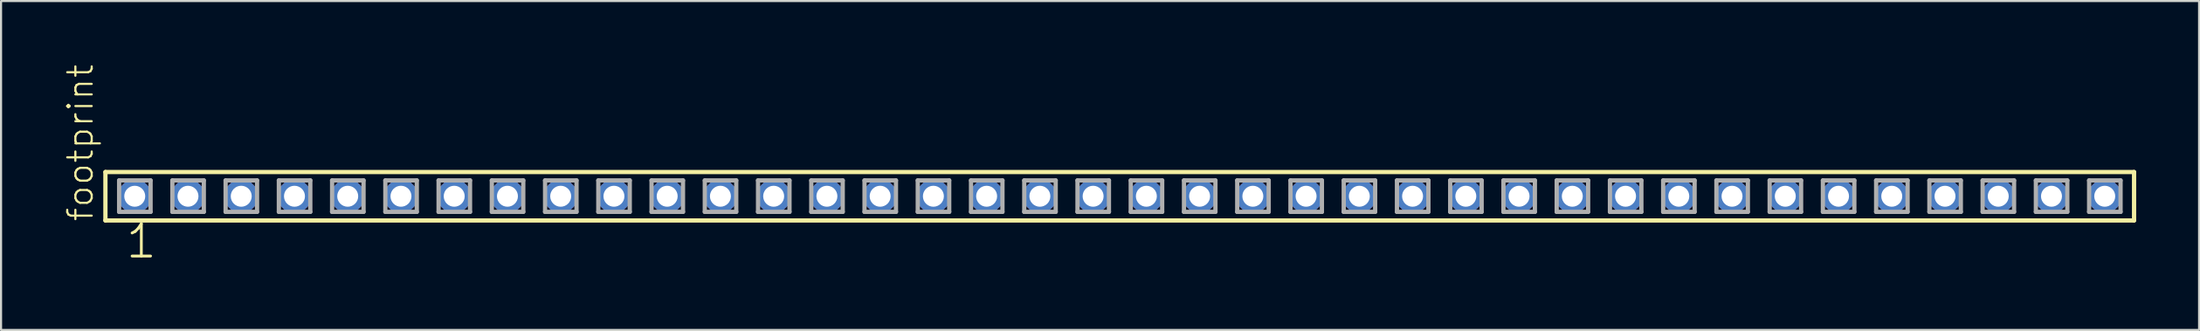
<source format=kicad_pcb>
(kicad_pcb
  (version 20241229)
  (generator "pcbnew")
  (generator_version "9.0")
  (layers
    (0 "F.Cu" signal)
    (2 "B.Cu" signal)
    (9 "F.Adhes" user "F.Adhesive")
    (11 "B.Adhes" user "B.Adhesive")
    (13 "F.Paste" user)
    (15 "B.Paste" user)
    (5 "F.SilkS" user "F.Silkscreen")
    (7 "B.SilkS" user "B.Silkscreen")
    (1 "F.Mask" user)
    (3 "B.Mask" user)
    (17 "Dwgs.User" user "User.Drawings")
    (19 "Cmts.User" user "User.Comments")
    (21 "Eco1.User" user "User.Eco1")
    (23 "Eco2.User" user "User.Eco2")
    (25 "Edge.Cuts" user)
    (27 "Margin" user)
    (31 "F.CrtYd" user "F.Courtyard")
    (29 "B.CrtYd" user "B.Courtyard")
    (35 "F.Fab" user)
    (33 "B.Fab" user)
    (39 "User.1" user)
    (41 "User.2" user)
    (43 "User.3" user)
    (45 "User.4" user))
  (footprint "footprint"
    (layer "F.Cu")
    (at 50.368 6.312)
    (property "Reference" "footprint" (at -48.895 1.27 90) (layer "F.SilkS") (effects (font (size 1.168 1.168) (thickness 0.102)) (justify left bottom)))
    (fp_line (start -48.389 -1.155) (end 48.389 -1.155) (stroke (width 0.203) (type solid)) (layer "F.SilkS"))
    (fp_line (start -48.389 1.155) (end -48.389 -1.155) (stroke (width 0.203) (type solid)) (layer "F.SilkS"))
    (fp_line (start 48.389 -1.155) (end 48.389 1.155) (stroke (width 0.203) (type solid)) (layer "F.SilkS"))
    (fp_line (start 48.389 1.155) (end -48.389 1.155) (stroke (width 0.203) (type solid)) (layer "F.SilkS"))
    (fp_line (start -47.735 -0.755) (end -46.235 -0.755) (stroke (width 0.203) (type solid)) (layer "F.Fab"))
    (fp_line (start -47.735 0.745) (end -47.735 -0.755) (stroke (width 0.203) (type solid)) (layer "F.Fab"))
    (fp_line (start -46.235 -0.755) (end -46.235 0.745) (stroke (width 0.203) (type solid)) (layer "F.Fab"))
    (fp_line (start -46.235 0.745) (end -47.735 0.745) (stroke (width 0.203) (type solid)) (layer "F.Fab"))
    (fp_line (start -45.195 -0.755) (end -43.695 -0.755) (stroke (width 0.203) (type solid)) (layer "F.Fab"))
    (fp_line (start -45.195 0.745) (end -45.195 -0.755) (stroke (width 0.203) (type solid)) (layer "F.Fab"))
    (fp_line (start -43.695 -0.755) (end -43.695 0.745) (stroke (width 0.203) (type solid)) (layer "F.Fab"))
    (fp_line (start -43.695 0.745) (end -45.195 0.745) (stroke (width 0.203) (type solid)) (layer "F.Fab"))
    (fp_line (start -42.655 -0.755) (end -41.155 -0.755) (stroke (width 0.203) (type solid)) (layer "F.Fab"))
    (fp_line (start -42.655 0.745) (end -42.655 -0.755) (stroke (width 0.203) (type solid)) (layer "F.Fab"))
    (fp_line (start -41.155 -0.755) (end -41.155 0.745) (stroke (width 0.203) (type solid)) (layer "F.Fab"))
    (fp_line (start -41.155 0.745) (end -42.655 0.745) (stroke (width 0.203) (type solid)) (layer "F.Fab"))
    (fp_line (start -40.115 -0.755) (end -38.615 -0.755) (stroke (width 0.203) (type solid)) (layer "F.Fab"))
    (fp_line (start -40.115 0.745) (end -40.115 -0.755) (stroke (width 0.203) (type solid)) (layer "F.Fab"))
    (fp_line (start -38.615 -0.755) (end -38.615 0.745) (stroke (width 0.203) (type solid)) (layer "F.Fab"))
    (fp_line (start -38.615 0.745) (end -40.115 0.745) (stroke (width 0.203) (type solid)) (layer "F.Fab"))
    (fp_line (start -37.575 -0.755) (end -36.075 -0.755) (stroke (width 0.203) (type solid)) (layer "F.Fab"))
    (fp_line (start -37.575 0.745) (end -37.575 -0.755) (stroke (width 0.203) (type solid)) (layer "F.Fab"))
    (fp_line (start -36.075 -0.755) (end -36.075 0.745) (stroke (width 0.203) (type solid)) (layer "F.Fab"))
    (fp_line (start -36.075 0.745) (end -37.575 0.745) (stroke (width 0.203) (type solid)) (layer "F.Fab"))
    (fp_line (start -35.035 -0.755) (end -33.535 -0.755) (stroke (width 0.203) (type solid)) (layer "F.Fab"))
    (fp_line (start -35.035 0.745) (end -35.035 -0.755) (stroke (width 0.203) (type solid)) (layer "F.Fab"))
    (fp_line (start -33.535 -0.755) (end -33.535 0.745) (stroke (width 0.203) (type solid)) (layer "F.Fab"))
    (fp_line (start -33.535 0.745) (end -35.035 0.745) (stroke (width 0.203) (type solid)) (layer "F.Fab"))
    (fp_line (start -32.495 -0.755) (end -30.995 -0.755) (stroke (width 0.203) (type solid)) (layer "F.Fab"))
    (fp_line (start -32.495 0.745) (end -32.495 -0.755) (stroke (width 0.203) (type solid)) (layer "F.Fab"))
    (fp_line (start -30.995 -0.755) (end -30.995 0.745) (stroke (width 0.203) (type solid)) (layer "F.Fab"))
    (fp_line (start -30.995 0.745) (end -32.495 0.745) (stroke (width 0.203) (type solid)) (layer "F.Fab"))
    (fp_line (start -29.955 -0.755) (end -28.455 -0.755) (stroke (width 0.203) (type solid)) (layer "F.Fab"))
    (fp_line (start -29.955 0.745) (end -29.955 -0.755) (stroke (width 0.203) (type solid)) (layer "F.Fab"))
    (fp_line (start -28.455 -0.755) (end -28.455 0.745) (stroke (width 0.203) (type solid)) (layer "F.Fab"))
    (fp_line (start -28.455 0.745) (end -29.955 0.745) (stroke (width 0.203) (type solid)) (layer "F.Fab"))
    (fp_line (start -27.415 -0.755) (end -25.915 -0.755) (stroke (width 0.203) (type solid)) (layer "F.Fab"))
    (fp_line (start -27.415 0.745) (end -27.415 -0.755) (stroke (width 0.203) (type solid)) (layer "F.Fab"))
    (fp_line (start -25.915 -0.755) (end -25.915 0.745) (stroke (width 0.203) (type solid)) (layer "F.Fab"))
    (fp_line (start -25.915 0.745) (end -27.415 0.745) (stroke (width 0.203) (type solid)) (layer "F.Fab"))
    (fp_line (start -24.875 -0.755) (end -23.375 -0.755) (stroke (width 0.203) (type solid)) (layer "F.Fab"))
    (fp_line (start -24.875 0.745) (end -24.875 -0.755) (stroke (width 0.203) (type solid)) (layer "F.Fab"))
    (fp_line (start -23.375 -0.755) (end -23.375 0.745) (stroke (width 0.203) (type solid)) (layer "F.Fab"))
    (fp_line (start -23.375 0.745) (end -24.875 0.745) (stroke (width 0.203) (type solid)) (layer "F.Fab"))
    (fp_line (start -22.335 -0.755) (end -20.835 -0.755) (stroke (width 0.203) (type solid)) (layer "F.Fab"))
    (fp_line (start -22.335 0.745) (end -22.335 -0.755) (stroke (width 0.203) (type solid)) (layer "F.Fab"))
    (fp_line (start -20.835 -0.755) (end -20.835 0.745) (stroke (width 0.203) (type solid)) (layer "F.Fab"))
    (fp_line (start -20.835 0.745) (end -22.335 0.745) (stroke (width 0.203) (type solid)) (layer "F.Fab"))
    (fp_line (start -19.795 -0.755) (end -18.295 -0.755) (stroke (width 0.203) (type solid)) (layer "F.Fab"))
    (fp_line (start -19.795 0.745) (end -19.795 -0.755) (stroke (width 0.203) (type solid)) (layer "F.Fab"))
    (fp_line (start -18.295 -0.755) (end -18.295 0.745) (stroke (width 0.203) (type solid)) (layer "F.Fab"))
    (fp_line (start -18.295 0.745) (end -19.795 0.745) (stroke (width 0.203) (type solid)) (layer "F.Fab"))
    (fp_line (start -17.255 -0.755) (end -15.755 -0.755) (stroke (width 0.203) (type solid)) (layer "F.Fab"))
    (fp_line (start -17.255 0.745) (end -17.255 -0.755) (stroke (width 0.203) (type solid)) (layer "F.Fab"))
    (fp_line (start -15.755 -0.755) (end -15.755 0.745) (stroke (width 0.203) (type solid)) (layer "F.Fab"))
    (fp_line (start -15.755 0.745) (end -17.255 0.745) (stroke (width 0.203) (type solid)) (layer "F.Fab"))
    (fp_line (start -14.715 -0.755) (end -13.215 -0.755) (stroke (width 0.203) (type solid)) (layer "F.Fab"))
    (fp_line (start -14.715 0.745) (end -14.715 -0.755) (stroke (width 0.203) (type solid)) (layer "F.Fab"))
    (fp_line (start -13.215 -0.755) (end -13.215 0.745) (stroke (width 0.203) (type solid)) (layer "F.Fab"))
    (fp_line (start -13.215 0.745) (end -14.715 0.745) (stroke (width 0.203) (type solid)) (layer "F.Fab"))
    (fp_line (start -12.175 -0.755) (end -10.675 -0.755) (stroke (width 0.203) (type solid)) (layer "F.Fab"))
    (fp_line (start -12.175 0.745) (end -12.175 -0.755) (stroke (width 0.203) (type solid)) (layer "F.Fab"))
    (fp_line (start -10.675 -0.755) (end -10.675 0.745) (stroke (width 0.203) (type solid)) (layer "F.Fab"))
    (fp_line (start -10.675 0.745) (end -12.175 0.745) (stroke (width 0.203) (type solid)) (layer "F.Fab"))
    (fp_line (start -9.635 -0.755) (end -8.135 -0.755) (stroke (width 0.203) (type solid)) (layer "F.Fab"))
    (fp_line (start -9.635 0.745) (end -9.635 -0.755) (stroke (width 0.203) (type solid)) (layer "F.Fab"))
    (fp_line (start -8.135 -0.755) (end -8.135 0.745) (stroke (width 0.203) (type solid)) (layer "F.Fab"))
    (fp_line (start -8.135 0.745) (end -9.635 0.745) (stroke (width 0.203) (type solid)) (layer "F.Fab"))
    (fp_line (start -7.095 -0.755) (end -5.595 -0.755) (stroke (width 0.203) (type solid)) (layer "F.Fab"))
    (fp_line (start -7.095 0.745) (end -7.095 -0.755) (stroke (width 0.203) (type solid)) (layer "F.Fab"))
    (fp_line (start -5.595 -0.755) (end -5.595 0.745) (stroke (width 0.203) (type solid)) (layer "F.Fab"))
    (fp_line (start -5.595 0.745) (end -7.095 0.745) (stroke (width 0.203) (type solid)) (layer "F.Fab"))
    (fp_line (start -4.555 -0.755) (end -3.055 -0.755) (stroke (width 0.203) (type solid)) (layer "F.Fab"))
    (fp_line (start -4.555 0.745) (end -4.555 -0.755) (stroke (width 0.203) (type solid)) (layer "F.Fab"))
    (fp_line (start -3.055 -0.755) (end -3.055 0.745) (stroke (width 0.203) (type solid)) (layer "F.Fab"))
    (fp_line (start -3.055 0.745) (end -4.555 0.745) (stroke (width 0.203) (type solid)) (layer "F.Fab"))
    (fp_line (start -2.015 -0.755) (end -0.515 -0.755) (stroke (width 0.203) (type solid)) (layer "F.Fab"))
    (fp_line (start -2.015 0.745) (end -2.015 -0.755) (stroke (width 0.203) (type solid)) (layer "F.Fab"))
    (fp_line (start -0.515 -0.755) (end -0.515 0.745) (stroke (width 0.203) (type solid)) (layer "F.Fab"))
    (fp_line (start -0.515 0.745) (end -2.015 0.745) (stroke (width 0.203) (type solid)) (layer "F.Fab"))
    (fp_line (start 0.525 -0.755) (end 2.025 -0.755) (stroke (width 0.203) (type solid)) (layer "F.Fab"))
    (fp_line (start 0.525 0.745) (end 0.525 -0.755) (stroke (width 0.203) (type solid)) (layer "F.Fab"))
    (fp_line (start 2.025 -0.755) (end 2.025 0.745) (stroke (width 0.203) (type solid)) (layer "F.Fab"))
    (fp_line (start 2.025 0.745) (end 0.525 0.745) (stroke (width 0.203) (type solid)) (layer "F.Fab"))
    (fp_line (start 3.065 -0.755) (end 4.565 -0.755) (stroke (width 0.203) (type solid)) (layer "F.Fab"))
    (fp_line (start 3.065 0.745) (end 3.065 -0.755) (stroke (width 0.203) (type solid)) (layer "F.Fab"))
    (fp_line (start 4.565 -0.755) (end 4.565 0.745) (stroke (width 0.203) (type solid)) (layer "F.Fab"))
    (fp_line (start 4.565 0.745) (end 3.065 0.745) (stroke (width 0.203) (type solid)) (layer "F.Fab"))
    (fp_line (start 5.605 -0.755) (end 7.105 -0.755) (stroke (width 0.203) (type solid)) (layer "F.Fab"))
    (fp_line (start 5.605 0.745) (end 5.605 -0.755) (stroke (width 0.203) (type solid)) (layer "F.Fab"))
    (fp_line (start 7.105 -0.755) (end 7.105 0.745) (stroke (width 0.203) (type solid)) (layer "F.Fab"))
    (fp_line (start 7.105 0.745) (end 5.605 0.745) (stroke (width 0.203) (type solid)) (layer "F.Fab"))
    (fp_line (start 8.145 -0.755) (end 9.645 -0.755) (stroke (width 0.203) (type solid)) (layer "F.Fab"))
    (fp_line (start 8.145 0.745) (end 8.145 -0.755) (stroke (width 0.203) (type solid)) (layer "F.Fab"))
    (fp_line (start 9.645 -0.755) (end 9.645 0.745) (stroke (width 0.203) (type solid)) (layer "F.Fab"))
    (fp_line (start 9.645 0.745) (end 8.145 0.745) (stroke (width 0.203) (type solid)) (layer "F.Fab"))
    (fp_line (start 10.685 -0.755) (end 12.185 -0.755) (stroke (width 0.203) (type solid)) (layer "F.Fab"))
    (fp_line (start 10.685 0.745) (end 10.685 -0.755) (stroke (width 0.203) (type solid)) (layer "F.Fab"))
    (fp_line (start 12.185 -0.755) (end 12.185 0.745) (stroke (width 0.203) (type solid)) (layer "F.Fab"))
    (fp_line (start 12.185 0.745) (end 10.685 0.745) (stroke (width 0.203) (type solid)) (layer "F.Fab"))
    (fp_line (start 13.225 -0.755) (end 14.725 -0.755) (stroke (width 0.203) (type solid)) (layer "F.Fab"))
    (fp_line (start 13.225 0.745) (end 13.225 -0.755) (stroke (width 0.203) (type solid)) (layer "F.Fab"))
    (fp_line (start 14.725 -0.755) (end 14.725 0.745) (stroke (width 0.203) (type solid)) (layer "F.Fab"))
    (fp_line (start 14.725 0.745) (end 13.225 0.745) (stroke (width 0.203) (type solid)) (layer "F.Fab"))
    (fp_line (start 15.765 -0.755) (end 17.265 -0.755) (stroke (width 0.203) (type solid)) (layer "F.Fab"))
    (fp_line (start 15.765 0.745) (end 15.765 -0.755) (stroke (width 0.203) (type solid)) (layer "F.Fab"))
    (fp_line (start 17.265 -0.755) (end 17.265 0.745) (stroke (width 0.203) (type solid)) (layer "F.Fab"))
    (fp_line (start 17.265 0.745) (end 15.765 0.745) (stroke (width 0.203) (type solid)) (layer "F.Fab"))
    (fp_line (start 18.305 -0.755) (end 19.805 -0.755) (stroke (width 0.203) (type solid)) (layer "F.Fab"))
    (fp_line (start 18.305 0.745) (end 18.305 -0.755) (stroke (width 0.203) (type solid)) (layer "F.Fab"))
    (fp_line (start 19.805 -0.755) (end 19.805 0.745) (stroke (width 0.203) (type solid)) (layer "F.Fab"))
    (fp_line (start 19.805 0.745) (end 18.305 0.745) (stroke (width 0.203) (type solid)) (layer "F.Fab"))
    (fp_line (start 20.845 -0.755) (end 22.345 -0.755) (stroke (width 0.203) (type solid)) (layer "F.Fab"))
    (fp_line (start 20.845 0.745) (end 20.845 -0.755) (stroke (width 0.203) (type solid)) (layer "F.Fab"))
    (fp_line (start 22.345 -0.755) (end 22.345 0.745) (stroke (width 0.203) (type solid)) (layer "F.Fab"))
    (fp_line (start 22.345 0.745) (end 20.845 0.745) (stroke (width 0.203) (type solid)) (layer "F.Fab"))
    (fp_line (start 23.385 -0.755) (end 24.885 -0.755) (stroke (width 0.203) (type solid)) (layer "F.Fab"))
    (fp_line (start 23.385 0.745) (end 23.385 -0.755) (stroke (width 0.203) (type solid)) (layer "F.Fab"))
    (fp_line (start 24.885 -0.755) (end 24.885 0.745) (stroke (width 0.203) (type solid)) (layer "F.Fab"))
    (fp_line (start 24.885 0.745) (end 23.385 0.745) (stroke (width 0.203) (type solid)) (layer "F.Fab"))
    (fp_line (start 25.925 -0.755) (end 27.425 -0.755) (stroke (width 0.203) (type solid)) (layer "F.Fab"))
    (fp_line (start 25.925 0.745) (end 25.925 -0.755) (stroke (width 0.203) (type solid)) (layer "F.Fab"))
    (fp_line (start 27.425 -0.755) (end 27.425 0.745) (stroke (width 0.203) (type solid)) (layer "F.Fab"))
    (fp_line (start 27.425 0.745) (end 25.925 0.745) (stroke (width 0.203) (type solid)) (layer "F.Fab"))
    (fp_line (start 28.465 -0.755) (end 29.965 -0.755) (stroke (width 0.203) (type solid)) (layer "F.Fab"))
    (fp_line (start 28.465 0.745) (end 28.465 -0.755) (stroke (width 0.203) (type solid)) (layer "F.Fab"))
    (fp_line (start 29.965 -0.755) (end 29.965 0.745) (stroke (width 0.203) (type solid)) (layer "F.Fab"))
    (fp_line (start 29.965 0.745) (end 28.465 0.745) (stroke (width 0.203) (type solid)) (layer "F.Fab"))
    (fp_line (start 31.005 -0.755) (end 32.505 -0.755) (stroke (width 0.203) (type solid)) (layer "F.Fab"))
    (fp_line (start 31.005 0.745) (end 31.005 -0.755) (stroke (width 0.203) (type solid)) (layer "F.Fab"))
    (fp_line (start 32.505 -0.755) (end 32.505 0.745) (stroke (width 0.203) (type solid)) (layer "F.Fab"))
    (fp_line (start 32.505 0.745) (end 31.005 0.745) (stroke (width 0.203) (type solid)) (layer "F.Fab"))
    (fp_line (start 33.545 -0.755) (end 35.045 -0.755) (stroke (width 0.203) (type solid)) (layer "F.Fab"))
    (fp_line (start 33.545 0.745) (end 33.545 -0.755) (stroke (width 0.203) (type solid)) (layer "F.Fab"))
    (fp_line (start 35.045 -0.755) (end 35.045 0.745) (stroke (width 0.203) (type solid)) (layer "F.Fab"))
    (fp_line (start 35.045 0.745) (end 33.545 0.745) (stroke (width 0.203) (type solid)) (layer "F.Fab"))
    (fp_line (start 36.085 -0.755) (end 37.585 -0.755) (stroke (width 0.203) (type solid)) (layer "F.Fab"))
    (fp_line (start 36.085 0.745) (end 36.085 -0.755) (stroke (width 0.203) (type solid)) (layer "F.Fab"))
    (fp_line (start 37.585 -0.755) (end 37.585 0.745) (stroke (width 0.203) (type solid)) (layer "F.Fab"))
    (fp_line (start 37.585 0.745) (end 36.085 0.745) (stroke (width 0.203) (type solid)) (layer "F.Fab"))
    (fp_line (start 38.625 -0.755) (end 40.125 -0.755) (stroke (width 0.203) (type solid)) (layer "F.Fab"))
    (fp_line (start 38.625 0.745) (end 38.625 -0.755) (stroke (width 0.203) (type solid)) (layer "F.Fab"))
    (fp_line (start 40.125 -0.755) (end 40.125 0.745) (stroke (width 0.203) (type solid)) (layer "F.Fab"))
    (fp_line (start 40.125 0.745) (end 38.625 0.745) (stroke (width 0.203) (type solid)) (layer "F.Fab"))
    (fp_line (start 41.165 -0.755) (end 42.665 -0.755) (stroke (width 0.203) (type solid)) (layer "F.Fab"))
    (fp_line (start 41.165 0.745) (end 41.165 -0.755) (stroke (width 0.203) (type solid)) (layer "F.Fab"))
    (fp_line (start 42.665 -0.755) (end 42.665 0.745) (stroke (width 0.203) (type solid)) (layer "F.Fab"))
    (fp_line (start 42.665 0.745) (end 41.165 0.745) (stroke (width 0.203) (type solid)) (layer "F.Fab"))
    (fp_line (start 43.705 -0.755) (end 45.205 -0.755) (stroke (width 0.203) (type solid)) (layer "F.Fab"))
    (fp_line (start 43.705 0.745) (end 43.705 -0.755) (stroke (width 0.203) (type solid)) (layer "F.Fab"))
    (fp_line (start 45.205 -0.755) (end 45.205 0.745) (stroke (width 0.203) (type solid)) (layer "F.Fab"))
    (fp_line (start 45.205 0.745) (end 43.705 0.745) (stroke (width 0.203) (type solid)) (layer "F.Fab"))
    (fp_line (start 46.245 -0.755) (end 47.745 -0.755) (stroke (width 0.203) (type solid)) (layer "F.Fab"))
    (fp_line (start 46.245 0.745) (end 46.245 -0.755) (stroke (width 0.203) (type solid)) (layer "F.Fab"))
    (fp_line (start 47.745 -0.755) (end 47.745 0.745) (stroke (width 0.203) (type solid)) (layer "F.Fab"))
    (fp_line (start 47.745 0.745) (end 46.245 0.745) (stroke (width 0.203) (type solid)) (layer "F.Fab"))
    (fp_text user "1" (at -47.498 3.048 0) (layer "F.SilkS") (effects (font (size 1.542 1.542) (thickness 0.134)) (justify left bottom)))
    (pad "1" thru_hole roundrect (at -46.99 0) (size 1.5 1.5) (drill 1) (layers "*.Cu" "*.Mask") (roundrect_rratio 0.25) (chamfer_ratio 0.25) (chamfer top_left top_right bottom_left bottom_right))
    (pad "2" thru_hole roundrect (at -44.45 0) (size 1.5 1.5) (drill 1) (layers "*.Cu" "*.Mask") (roundrect_rratio 0.25) (chamfer_ratio 0.25) (chamfer top_left top_right bottom_left bottom_right))
    (pad "3" thru_hole roundrect (at -41.91 0) (size 1.5 1.5) (drill 1) (layers "*.Cu" "*.Mask") (roundrect_rratio 0.25) (chamfer_ratio 0.25) (chamfer top_left top_right bottom_left bottom_right))
    (pad "4" thru_hole roundrect (at -39.37 0) (size 1.5 1.5) (drill 1) (layers "*.Cu" "*.Mask") (roundrect_rratio 0.25) (chamfer_ratio 0.25) (chamfer top_left top_right bottom_left bottom_right))
    (pad "5" thru_hole roundrect (at -36.83 0) (size 1.5 1.5) (drill 1) (layers "*.Cu" "*.Mask") (roundrect_rratio 0.25) (chamfer_ratio 0.25) (chamfer top_left top_right bottom_left bottom_right))
    (pad "6" thru_hole roundrect (at -34.29 0) (size 1.5 1.5) (drill 1) (layers "*.Cu" "*.Mask") (roundrect_rratio 0.25) (chamfer_ratio 0.25) (chamfer top_left top_right bottom_left bottom_right))
    (pad "7" thru_hole roundrect (at -31.75 0) (size 1.5 1.5) (drill 1) (layers "*.Cu" "*.Mask") (roundrect_rratio 0.25) (chamfer_ratio 0.25) (chamfer top_left top_right bottom_left bottom_right))
    (pad "8" thru_hole roundrect (at -29.21 0) (size 1.5 1.5) (drill 1) (layers "*.Cu" "*.Mask") (roundrect_rratio 0.25) (chamfer_ratio 0.25) (chamfer top_left top_right bottom_left bottom_right))
    (pad "9" thru_hole roundrect (at -26.67 0) (size 1.5 1.5) (drill 1) (layers "*.Cu" "*.Mask") (roundrect_rratio 0.25) (chamfer_ratio 0.25) (chamfer top_left top_right bottom_left bottom_right))
    (pad "10" thru_hole roundrect (at -24.13 0) (size 1.5 1.5) (drill 1) (layers "*.Cu" "*.Mask") (roundrect_rratio 0.25) (chamfer_ratio 0.25) (chamfer top_left top_right bottom_left bottom_right))
    (pad "11" thru_hole roundrect (at -21.59 0) (size 1.5 1.5) (drill 1) (layers "*.Cu" "*.Mask") (roundrect_rratio 0.25) (chamfer_ratio 0.25) (chamfer top_left top_right bottom_left bottom_right))
    (pad "12" thru_hole roundrect (at -19.05 0) (size 1.5 1.5) (drill 1) (layers "*.Cu" "*.Mask") (roundrect_rratio 0.25) (chamfer_ratio 0.25) (chamfer top_left top_right bottom_left bottom_right))
    (pad "13" thru_hole roundrect (at -16.51 0) (size 1.5 1.5) (drill 1) (layers "*.Cu" "*.Mask") (roundrect_rratio 0.25) (chamfer_ratio 0.25) (chamfer top_left top_right bottom_left bottom_right))
    (pad "14" thru_hole roundrect (at -13.97 0) (size 1.5 1.5) (drill 1) (layers "*.Cu" "*.Mask") (roundrect_rratio 0.25) (chamfer_ratio 0.25) (chamfer top_left top_right bottom_left bottom_right))
    (pad "15" thru_hole roundrect (at -11.43 0) (size 1.5 1.5) (drill 1) (layers "*.Cu" "*.Mask") (roundrect_rratio 0.25) (chamfer_ratio 0.25) (chamfer top_left top_right bottom_left bottom_right))
    (pad "16" thru_hole roundrect (at -8.89 0) (size 1.5 1.5) (drill 1) (layers "*.Cu" "*.Mask") (roundrect_rratio 0.25) (chamfer_ratio 0.25) (chamfer top_left top_right bottom_left bottom_right))
    (pad "17" thru_hole roundrect (at -6.35 0) (size 1.5 1.5) (drill 1) (layers "*.Cu" "*.Mask") (roundrect_rratio 0.25) (chamfer_ratio 0.25) (chamfer top_left top_right bottom_left bottom_right))
    (pad "18" thru_hole roundrect (at -3.81 0) (size 1.5 1.5) (drill 1) (layers "*.Cu" "*.Mask") (roundrect_rratio 0.25) (chamfer_ratio 0.25) (chamfer top_left top_right bottom_left bottom_right))
    (pad "19" thru_hole roundrect (at -1.27 0) (size 1.5 1.5) (drill 1) (layers "*.Cu" "*.Mask") (roundrect_rratio 0.25) (chamfer_ratio 0.25) (chamfer top_left top_right bottom_left bottom_right))
    (pad "20" thru_hole roundrect (at 1.27 0) (size 1.5 1.5) (drill 1) (layers "*.Cu" "*.Mask") (roundrect_rratio 0.25) (chamfer_ratio 0.25) (chamfer top_left top_right bottom_left bottom_right))
    (pad "21" thru_hole roundrect (at 3.81 0) (size 1.5 1.5) (drill 1) (layers "*.Cu" "*.Mask") (roundrect_rratio 0.25) (chamfer_ratio 0.25) (chamfer top_left top_right bottom_left bottom_right))
    (pad "22" thru_hole roundrect (at 6.35 0) (size 1.5 1.5) (drill 1) (layers "*.Cu" "*.Mask") (roundrect_rratio 0.25) (chamfer_ratio 0.25) (chamfer top_left top_right bottom_left bottom_right))
    (pad "23" thru_hole roundrect (at 8.89 0) (size 1.5 1.5) (drill 1) (layers "*.Cu" "*.Mask") (roundrect_rratio 0.25) (chamfer_ratio 0.25) (chamfer top_left top_right bottom_left bottom_right))
    (pad "24" thru_hole roundrect (at 11.43 0) (size 1.5 1.5) (drill 1) (layers "*.Cu" "*.Mask") (roundrect_rratio 0.25) (chamfer_ratio 0.25) (chamfer top_left top_right bottom_left bottom_right))
    (pad "25" thru_hole roundrect (at 13.97 0) (size 1.5 1.5) (drill 1) (layers "*.Cu" "*.Mask") (roundrect_rratio 0.25) (chamfer_ratio 0.25) (chamfer top_left top_right bottom_left bottom_right))
    (pad "26" thru_hole roundrect (at 16.51 0) (size 1.5 1.5) (drill 1) (layers "*.Cu" "*.Mask") (roundrect_rratio 0.25) (chamfer_ratio 0.25) (chamfer top_left top_right bottom_left bottom_right))
    (pad "27" thru_hole roundrect (at 19.05 0) (size 1.5 1.5) (drill 1) (layers "*.Cu" "*.Mask") (roundrect_rratio 0.25) (chamfer_ratio 0.25) (chamfer top_left top_right bottom_left bottom_right))
    (pad "28" thru_hole roundrect (at 21.59 0) (size 1.5 1.5) (drill 1) (layers "*.Cu" "*.Mask") (roundrect_rratio 0.25) (chamfer_ratio 0.25) (chamfer top_left top_right bottom_left bottom_right))
    (pad "29" thru_hole roundrect (at 24.13 0) (size 1.5 1.5) (drill 1) (layers "*.Cu" "*.Mask") (roundrect_rratio 0.25) (chamfer_ratio 0.25) (chamfer top_left top_right bottom_left bottom_right))
    (pad "30" thru_hole roundrect (at 26.67 0) (size 1.5 1.5) (drill 1) (layers "*.Cu" "*.Mask") (roundrect_rratio 0.25) (chamfer_ratio 0.25) (chamfer top_left top_right bottom_left bottom_right))
    (pad "31" thru_hole roundrect (at 29.21 0) (size 1.5 1.5) (drill 1) (layers "*.Cu" "*.Mask") (roundrect_rratio 0.25) (chamfer_ratio 0.25) (chamfer top_left top_right bottom_left bottom_right))
    (pad "32" thru_hole roundrect (at 31.75 0) (size 1.5 1.5) (drill 1) (layers "*.Cu" "*.Mask") (roundrect_rratio 0.25) (chamfer_ratio 0.25) (chamfer top_left top_right bottom_left bottom_right))
    (pad "33" thru_hole roundrect (at 34.29 0) (size 1.5 1.5) (drill 1) (layers "*.Cu" "*.Mask") (roundrect_rratio 0.25) (chamfer_ratio 0.25) (chamfer top_left top_right bottom_left bottom_right))
    (pad "34" thru_hole roundrect (at 36.83 0) (size 1.5 1.5) (drill 1) (layers "*.Cu" "*.Mask") (roundrect_rratio 0.25) (chamfer_ratio 0.25) (chamfer top_left top_right bottom_left bottom_right))
    (pad "35" thru_hole roundrect (at 39.37 0) (size 1.5 1.5) (drill 1) (layers "*.Cu" "*.Mask") (roundrect_rratio 0.25) (chamfer_ratio 0.25) (chamfer top_left top_right bottom_left bottom_right))
    (pad "36" thru_hole roundrect (at 41.91 0) (size 1.5 1.5) (drill 1) (layers "*.Cu" "*.Mask") (roundrect_rratio 0.25) (chamfer_ratio 0.25) (chamfer top_left top_right bottom_left bottom_right))
    (pad "37" thru_hole roundrect (at 44.45 0) (size 1.5 1.5) (drill 1) (layers "*.Cu" "*.Mask") (roundrect_rratio 0.25) (chamfer_ratio 0.25) (chamfer top_left top_right bottom_left bottom_right))
    (pad "38" thru_hole roundrect (at 46.99 0) (size 1.5 1.5) (drill 1) (layers "*.Cu" "*.Mask") (roundrect_rratio 0.25) (chamfer_ratio 0.25) (chamfer top_left top_right bottom_left bottom_right)))
  (gr_rect
    (start -3 -3)
    (end 101.859 12.691)
    (stroke (width 0.1) (type default))
    (fill no)
    (layer "Edge.Cuts")))
</source>
